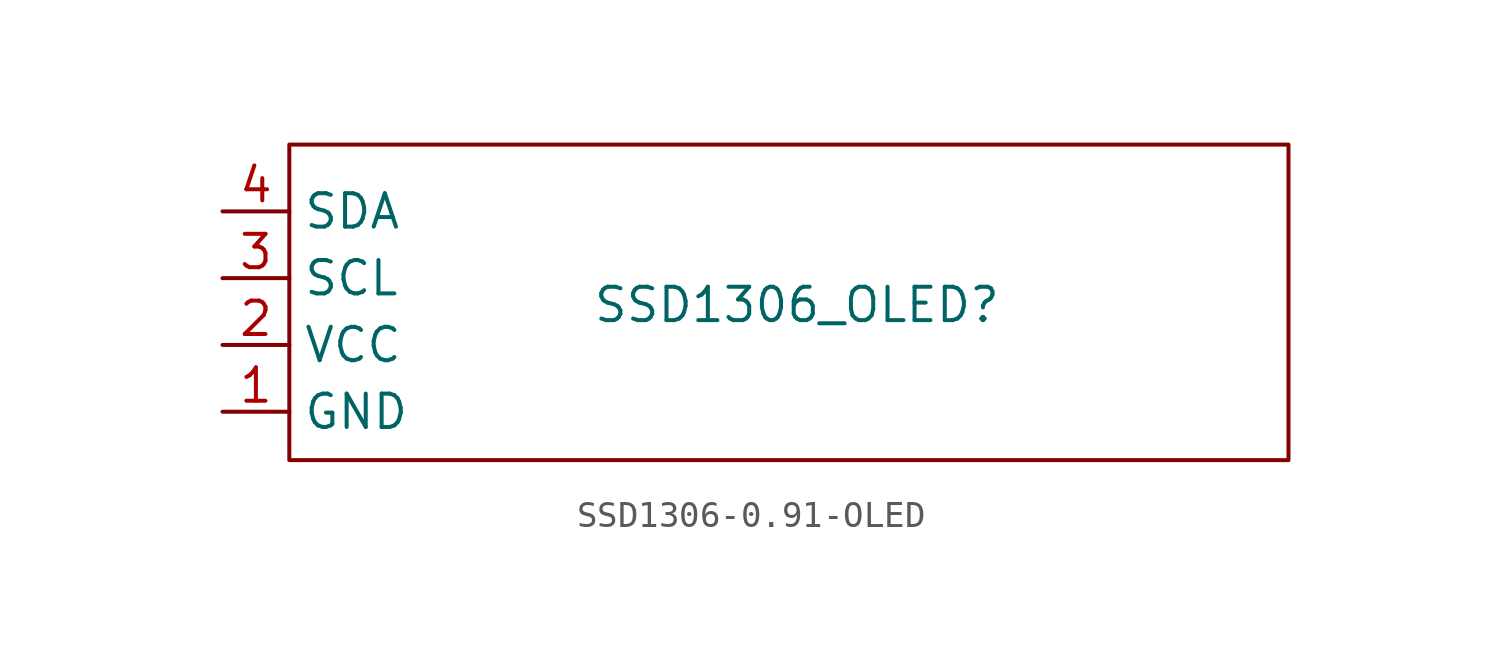
<source format=kicad_sym>
(kicad_symbol_lib
  (version 20241209)
  (generator "kicad_symbol_editor")
  (generator_version "9.0")
  (symbol "SSD1306-0.91-OLED"
    (property "Reference" "SSD1306_OLED"
      (at 19.304 -6.096 0)
      (effects (font (size 1.27 1.27))))
    (property "Value" ""
      (at 0 0 0)
      (effects (font (size 1.27 1.27))))
    (symbol "SSD1306-0.91-OLED_0_1"
      (rectangle (start 0 0) (end 38 -12) (stroke (width 0) (type default)) (fill (type none))))
    (symbol "SSD1306-0.91-OLED_1_1"
      (pin bidirectional line (at -2.54 -2.54 0) (length 2.54) (name "SDA" (effects (font (size 1.27 1.27)))) (number "4" (effects (font (size 1.27 1.27)))))
      (pin bidirectional line (at -2.54 -5.08 0) (length 2.54) (name "SCL" (effects (font (size 1.27 1.27)))) (number "3" (effects (font (size 1.27 1.27)))))
      (pin power_out line (at -2.54 -7.62 0) (length 2.54) (name "VCC" (effects (font (size 1.27 1.27)))) (number "2" (effects (font (size 1.27 1.27)))))
      (pin power_out line (at -2.54 -10.16 0) (length 2.54) (name "GND" (effects (font (size 1.27 1.27)))) (number "1" (effects (font (size 1.27 1.27))))))))
</source>
